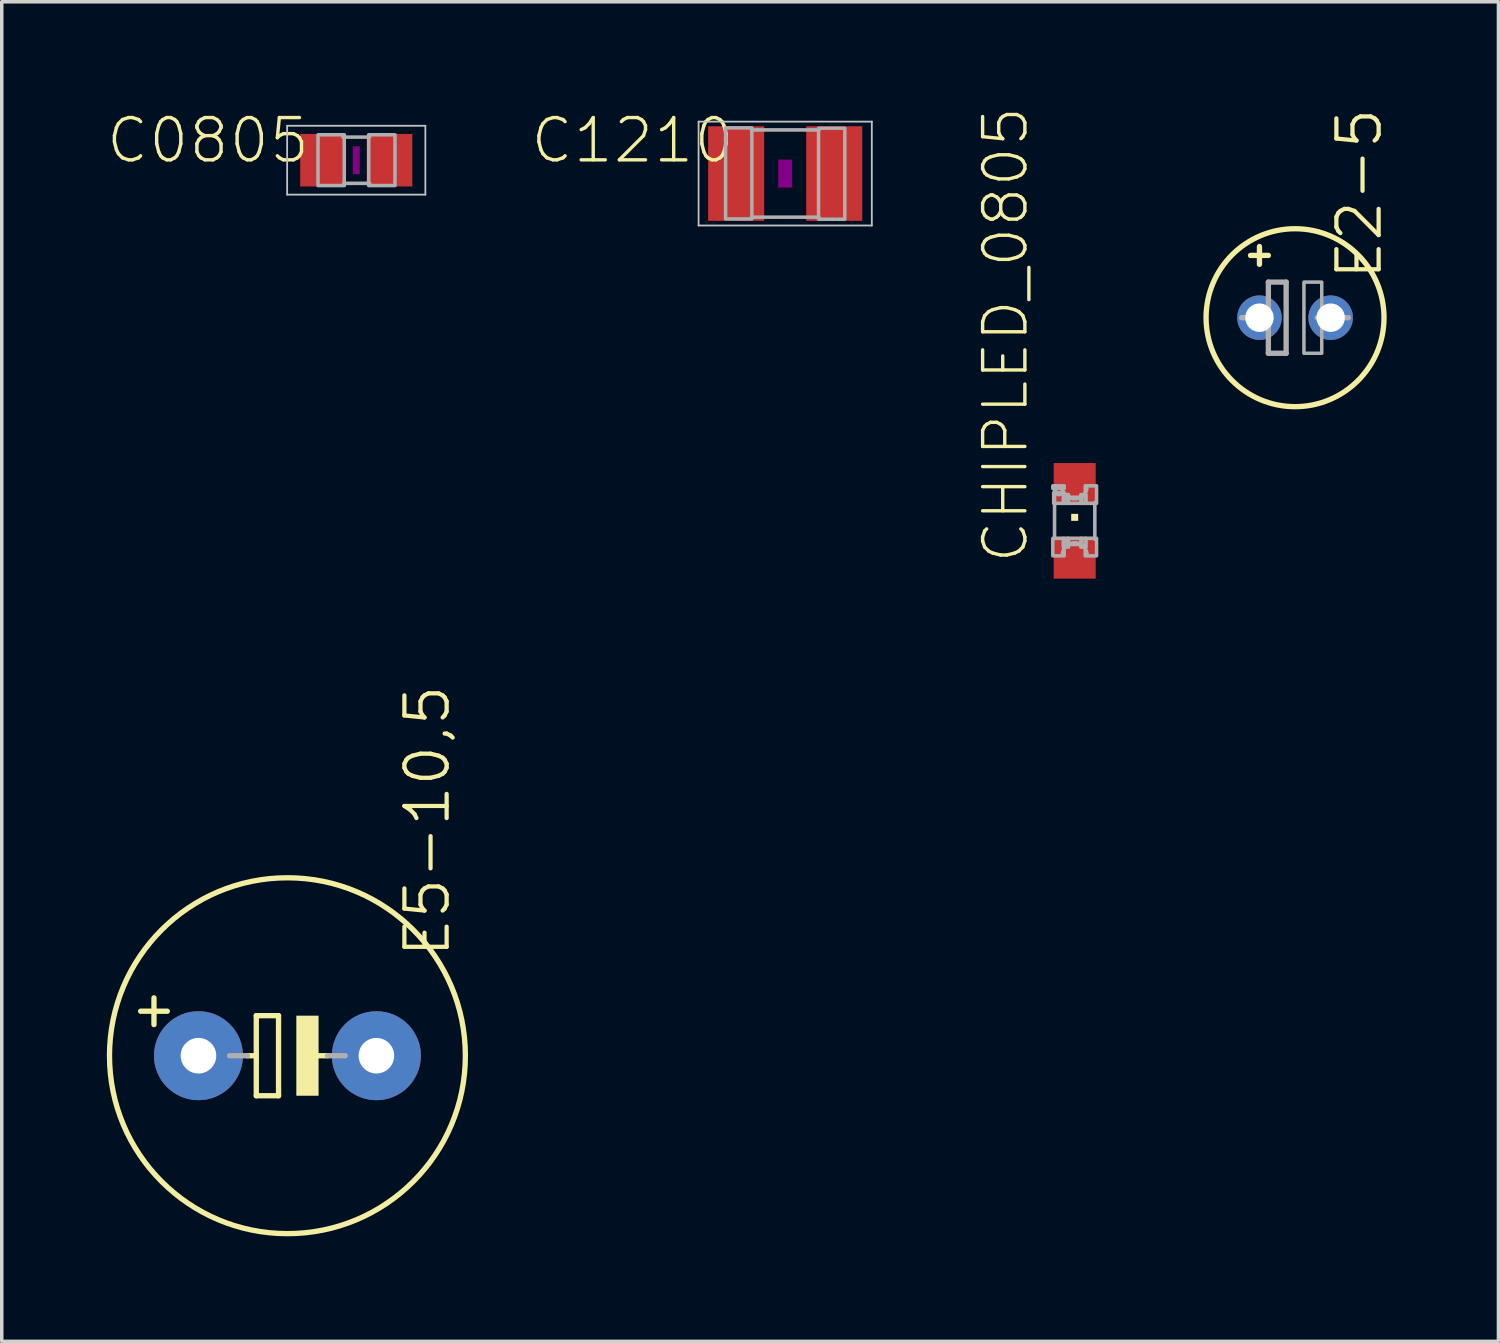
<source format=kicad_pcb>
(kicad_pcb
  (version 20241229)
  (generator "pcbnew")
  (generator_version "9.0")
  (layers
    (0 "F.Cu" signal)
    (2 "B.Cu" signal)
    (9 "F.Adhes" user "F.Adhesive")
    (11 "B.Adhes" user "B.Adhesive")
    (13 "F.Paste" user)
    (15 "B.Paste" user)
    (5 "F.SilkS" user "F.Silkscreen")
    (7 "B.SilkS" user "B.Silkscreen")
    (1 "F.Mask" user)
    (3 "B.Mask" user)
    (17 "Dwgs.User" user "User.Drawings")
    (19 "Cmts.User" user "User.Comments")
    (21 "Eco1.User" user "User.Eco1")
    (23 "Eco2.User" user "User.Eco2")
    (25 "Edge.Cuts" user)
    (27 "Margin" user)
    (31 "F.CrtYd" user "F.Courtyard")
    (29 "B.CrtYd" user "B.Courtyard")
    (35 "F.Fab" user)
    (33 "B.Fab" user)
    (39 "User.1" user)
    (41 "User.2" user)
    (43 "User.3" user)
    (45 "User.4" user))
  (footprint "C1210"
    (layer "F.Cu")
    (at 19.367 1.905)
    (property "Reference" "C1210" (at -1.397 -1.651 180) (layer "F.SilkS") (effects (font (size 1.206 1.206) (thickness 0.097)) (justify right top)))
    (attr through_hole)
    (fp_poly (pts (xy -0.2 0.4) (xy 0.2 0.4) (xy 0.2 -0.4) (xy -0.2 -0.4)) (stroke (width 0) (type solid)) (fill yes) (layer "F.Adhes"))
    (fp_line (start -2.473 -1.483) (end 2.473 -1.483) (stroke (width 0.051) (type solid)) (layer "Dwgs.User"))
    (fp_line (start -2.473 1.483) (end -2.473 -1.483) (stroke (width 0.051) (type solid)) (layer "Dwgs.User"))
    (fp_line (start 2.473 -1.483) (end 2.473 1.483) (stroke (width 0.051) (type solid)) (layer "Dwgs.User"))
    (fp_line (start 2.473 1.483) (end -2.473 1.483) (stroke (width 0.051) (type solid)) (layer "Dwgs.User"))
    (fp_line (start -0.965 -1.245) (end 0.965 -1.245) (stroke (width 0.102) (type solid)) (layer "F.Fab"))
    (fp_line (start -0.965 1.245) (end 0.965 1.245) (stroke (width 0.102) (type solid)) (layer "F.Fab"))
    (fp_poly (pts (xy -1.702 1.295) (xy -0.952 1.295) (xy -0.952 -1.304) (xy -1.702 -1.304)) (stroke (width 0.1) (type solid)) (fill no) (layer "F.Fab"))
    (fp_poly (pts (xy 0.952 1.304) (xy 1.702 1.304) (xy 1.702 -1.295) (xy 0.952 -1.295)) (stroke (width 0.1) (type solid)) (fill no) (layer "F.Fab"))
    (pad "1" smd rect (at -1.4 0) (size 1.6 2.7) (layers "F.Cu" "F.Mask" "F.Paste"))
    (pad "2" smd rect (at 1.4 0) (size 1.6 2.7) (layers "F.Cu" "F.Mask" "F.Paste")))
  (footprint "CHIPLED_0805"
    (layer "F.Cu")
    (at 27.632 11.82)
    (property "Reference" "CHIPLED_0805" (at -1.27 1.27 90) (layer "F.SilkS") (effects (font (size 1.206 1.206) (thickness 0.097)) (justify left bottom)))
    (attr through_hole)
    (fp_poly (pts (xy -0.1 0) (xy 0.1 0) (xy 0.1 -0.2) (xy -0.1 -0.2)) (stroke (width 0) (type solid)) (fill yes) (layer "F.SilkS"))
    (fp_line (start -0.575 0.5) (end -0.575 -0.925) (stroke (width 0.102) (type solid)) (layer "F.Fab"))
    (fp_line (start 0.575 -0.525) (end 0.575 0.525) (stroke (width 0.102) (type solid)) (layer "F.Fab"))
    (fp_arc (start -0.35 0.925) (mid -0.000001 0.625027) (end 0.35 0.924998) (stroke (width 0.1016) (type solid)) (layer "F.Fab"))
    (fp_arc (start 0.35 -0.924998) (mid -0.000001 -0.625027) (end -0.35 -0.925) (stroke (width 0.1016) (type solid)) (layer "F.Fab"))
    (fp_circle (center -0.45 -0.85) (end -0.347 -0.85) (stroke (width 0.102) (type solid)) (fill no) (layer "F.Fab"))
    (fp_poly (pts (xy -0.625 -0.925) (xy -0.3 -0.925) (xy -0.3 -1) (xy -0.625 -1)) (stroke (width 0.1) (type solid)) (fill no) (layer "F.Fab"))
    (fp_poly (pts (xy -0.625 1) (xy -0.3 1) (xy -0.3 0.5) (xy -0.625 0.5)) (stroke (width 0.1) (type solid)) (fill no) (layer "F.Fab"))
    (fp_poly (pts (xy -0.6 -0.5) (xy -0.3 -0.5) (xy -0.3 -0.8) (xy -0.6 -0.8)) (stroke (width 0.1) (type solid)) (fill no) (layer "F.Fab"))
    (fp_poly (pts (xy -0.325 -0.5) (xy -0.175 -0.5) (xy -0.175 -0.75) (xy -0.325 -0.75)) (stroke (width 0.1) (type solid)) (fill no) (layer "F.Fab"))
    (fp_poly (pts (xy -0.325 0.75) (xy -0.175 0.75) (xy -0.175 0.5) (xy -0.325 0.5)) (stroke (width 0.1) (type solid)) (fill no) (layer "F.Fab"))
    (fp_poly (pts (xy -0.2 -0.5) (xy 0.2 -0.5) (xy 0.2 -0.675) (xy -0.2 -0.675)) (stroke (width 0.1) (type solid)) (fill no) (layer "F.Fab"))
    (fp_poly (pts (xy -0.2 0.675) (xy 0.2 0.675) (xy 0.2 0.5) (xy -0.2 0.5)) (stroke (width 0.1) (type solid)) (fill no) (layer "F.Fab"))
    (fp_poly (pts (xy 0.175 -0.5) (xy 0.325 -0.5) (xy 0.325 -0.75) (xy 0.175 -0.75)) (stroke (width 0.1) (type solid)) (fill no) (layer "F.Fab"))
    (fp_poly (pts (xy 0.175 0.75) (xy 0.325 0.75) (xy 0.325 0.5) (xy 0.175 0.5)) (stroke (width 0.1) (type solid)) (fill no) (layer "F.Fab"))
    (fp_poly (pts (xy 0.3 -0.5) (xy 0.625 -0.5) (xy 0.625 -1) (xy 0.3 -1)) (stroke (width 0.1) (type solid)) (fill no) (layer "F.Fab"))
    (fp_poly (pts (xy 0.3 1) (xy 0.625 1) (xy 0.625 0.5) (xy 0.3 0.5)) (stroke (width 0.1) (type solid)) (fill no) (layer "F.Fab"))
    (pad "A" smd rect (at 0 1.05) (size 1.2 1.2) (layers "F.Cu" "F.Mask" "F.Paste"))
    (pad "C" smd rect (at 0 -1.05) (size 1.2 1.2) (layers "F.Cu" "F.Mask" "F.Paste")))
  (footprint "E2-5"
    (layer "F.Cu")
    (at 33.923 6.02)
    (property "Reference" "E2-5" (at 2.54 -1.016 90) (layer "F.SilkS") (effects (font (size 1.206 1.206) (thickness 0.121)) (justify left bottom)))
    (attr through_hole)
    (fp_line (start -1.27 -1.778) (end -0.762 -1.778) (stroke (width 0.152) (type solid)) (layer "F.SilkS"))
    (fp_line (start -1.016 -1.524) (end -1.016 -2.032) (stroke (width 0.152) (type solid)) (layer "F.SilkS"))
    (fp_circle (center 0 0) (end 2.54 0) (stroke (width 0.152) (type solid)) (fill no) (layer "F.SilkS"))
    (fp_line (start -1.524 0) (end -0.762 0) (stroke (width 0.152) (type solid)) (layer "F.Fab"))
    (fp_line (start -0.762 -1.016) (end -0.762 0) (stroke (width 0.152) (type solid)) (layer "F.Fab"))
    (fp_line (start -0.762 0) (end -0.762 1.016) (stroke (width 0.152) (type solid)) (layer "F.Fab"))
    (fp_line (start -0.762 1.016) (end -0.254 1.016) (stroke (width 0.152) (type solid)) (layer "F.Fab"))
    (fp_line (start -0.254 -1.016) (end -0.762 -1.016) (stroke (width 0.152) (type solid)) (layer "F.Fab"))
    (fp_line (start -0.254 1.016) (end -0.254 -1.016) (stroke (width 0.152) (type solid)) (layer "F.Fab"))
    (fp_line (start 0.635 0) (end 1.524 0) (stroke (width 0.152) (type solid)) (layer "F.Fab"))
    (fp_poly (pts (xy 0.254 1.016) (xy 0.762 1.016) (xy 0.762 -1.016) (xy 0.254 -1.016)) (stroke (width 0.1) (type solid)) (fill no) (layer "F.Fab"))
    (pad "+" thru_hole circle (at -1.016 0) (size 1.27 1.27) (drill 0.813) (layers "*.Cu" "*.Mask"))
    (pad "-" thru_hole circle (at 1.016 0) (size 1.27 1.27) (drill 0.813) (layers "*.Cu" "*.Mask")))
  (footprint "C0805"
    (layer "F.Cu")
    (at 7.121 1.524)
    (property "Reference" "C0805" (at -1.27 -1.27 180) (layer "F.SilkS") (effects (font (size 1.206 1.206) (thickness 0.097)) (justify right top)))
    (attr through_hole)
    (fp_poly (pts (xy -0.1 0.4) (xy 0.1 0.4) (xy 0.1 -0.4) (xy -0.1 -0.4)) (stroke (width 0) (type solid)) (fill yes) (layer "F.Adhes"))
    (fp_line (start -1.973 -0.983) (end 1.973 -0.983) (stroke (width 0.051) (type solid)) (layer "Dwgs.User"))
    (fp_line (start -1.973 0.983) (end -1.973 -0.983) (stroke (width 0.051) (type solid)) (layer "Dwgs.User"))
    (fp_line (start 1.973 -0.983) (end 1.973 0.983) (stroke (width 0.051) (type solid)) (layer "Dwgs.User"))
    (fp_line (start 1.973 0.983) (end -1.973 0.983) (stroke (width 0.051) (type solid)) (layer "Dwgs.User"))
    (fp_line (start -0.381 -0.66) (end 0.381 -0.66) (stroke (width 0.102) (type solid)) (layer "F.Fab"))
    (fp_line (start -0.356 0.66) (end 0.381 0.66) (stroke (width 0.102) (type solid)) (layer "F.Fab"))
    (fp_poly (pts (xy -1.092 0.724) (xy -0.342 0.724) (xy -0.342 -0.726) (xy -1.092 -0.726)) (stroke (width 0.1) (type solid)) (fill no) (layer "F.Fab"))
    (fp_poly (pts (xy 0.356 0.724) (xy 1.106 0.724) (xy 1.106 -0.726) (xy 0.356 -0.726)) (stroke (width 0.1) (type solid)) (fill no) (layer "F.Fab"))
    (pad "1" smd rect (at -0.95 0) (size 1.3 1.5) (layers "F.Cu" "F.Mask" "F.Paste"))
    (pad "2" smd rect (at 0.95 0) (size 1.3 1.5) (layers "F.Cu" "F.Mask" "F.Paste")))
  (footprint "E5-10,5"
    (layer "F.Cu")
    (at 5.156 27.09)
    (property "Reference" "E5-10,5" (at 4.699 -2.743 90) (layer "F.SilkS") (effects (font (size 1.206 1.206) (thickness 0.121)) (justify left bottom)))
    (attr through_hole)
    (fp_line (start -3.81 -1.651) (end -3.81 -0.889) (stroke (width 0.152) (type solid)) (layer "F.SilkS"))
    (fp_line (start -3.429 -1.27) (end -4.191 -1.27) (stroke (width 0.152) (type solid)) (layer "F.SilkS"))
    (fp_line (start -1.143 0) (end -0.889 0) (stroke (width 0.152) (type solid)) (layer "F.SilkS"))
    (fp_line (start -0.889 -1.143) (end -0.889 0) (stroke (width 0.152) (type solid)) (layer "F.SilkS"))
    (fp_line (start -0.889 0) (end -0.889 1.143) (stroke (width 0.152) (type solid)) (layer "F.SilkS"))
    (fp_line (start -0.889 1.143) (end -0.254 1.143) (stroke (width 0.152) (type solid)) (layer "F.SilkS"))
    (fp_line (start -0.254 -1.143) (end -0.889 -1.143) (stroke (width 0.152) (type solid)) (layer "F.SilkS"))
    (fp_line (start -0.254 1.143) (end -0.254 -1.143) (stroke (width 0.152) (type solid)) (layer "F.SilkS"))
    (fp_line (start 0.635 0) (end 1.143 0) (stroke (width 0.152) (type solid)) (layer "F.SilkS"))
    (fp_circle (center 0 0) (end 5.08 0) (stroke (width 0.152) (type solid)) (fill no) (layer "F.SilkS"))
    (fp_poly (pts (xy 0.254 1.143) (xy 0.889 1.143) (xy 0.889 -1.143) (xy 0.254 -1.143)) (stroke (width 0) (type solid)) (fill yes) (layer "F.SilkS"))
    (fp_line (start -1.651 0) (end -1.143 0) (stroke (width 0.152) (type solid)) (layer "F.Fab"))
    (fp_line (start 1.143 0) (end 1.651 0) (stroke (width 0.152) (type solid)) (layer "F.Fab"))
    (pad "+" thru_hole circle (at -2.54 0) (size 2.54 2.54) (drill 1.016) (layers "*.Cu" "*.Mask"))
    (pad "-" thru_hole circle (at 2.54 0) (size 2.54 2.54) (drill 1.016) (layers "*.Cu" "*.Mask")))
  (gr_rect
    (start -3 -3)
    (end 39.73 35.246)
    (stroke (width 0.1) (type default))
    (fill no)
    (layer "Edge.Cuts")))
</source>
